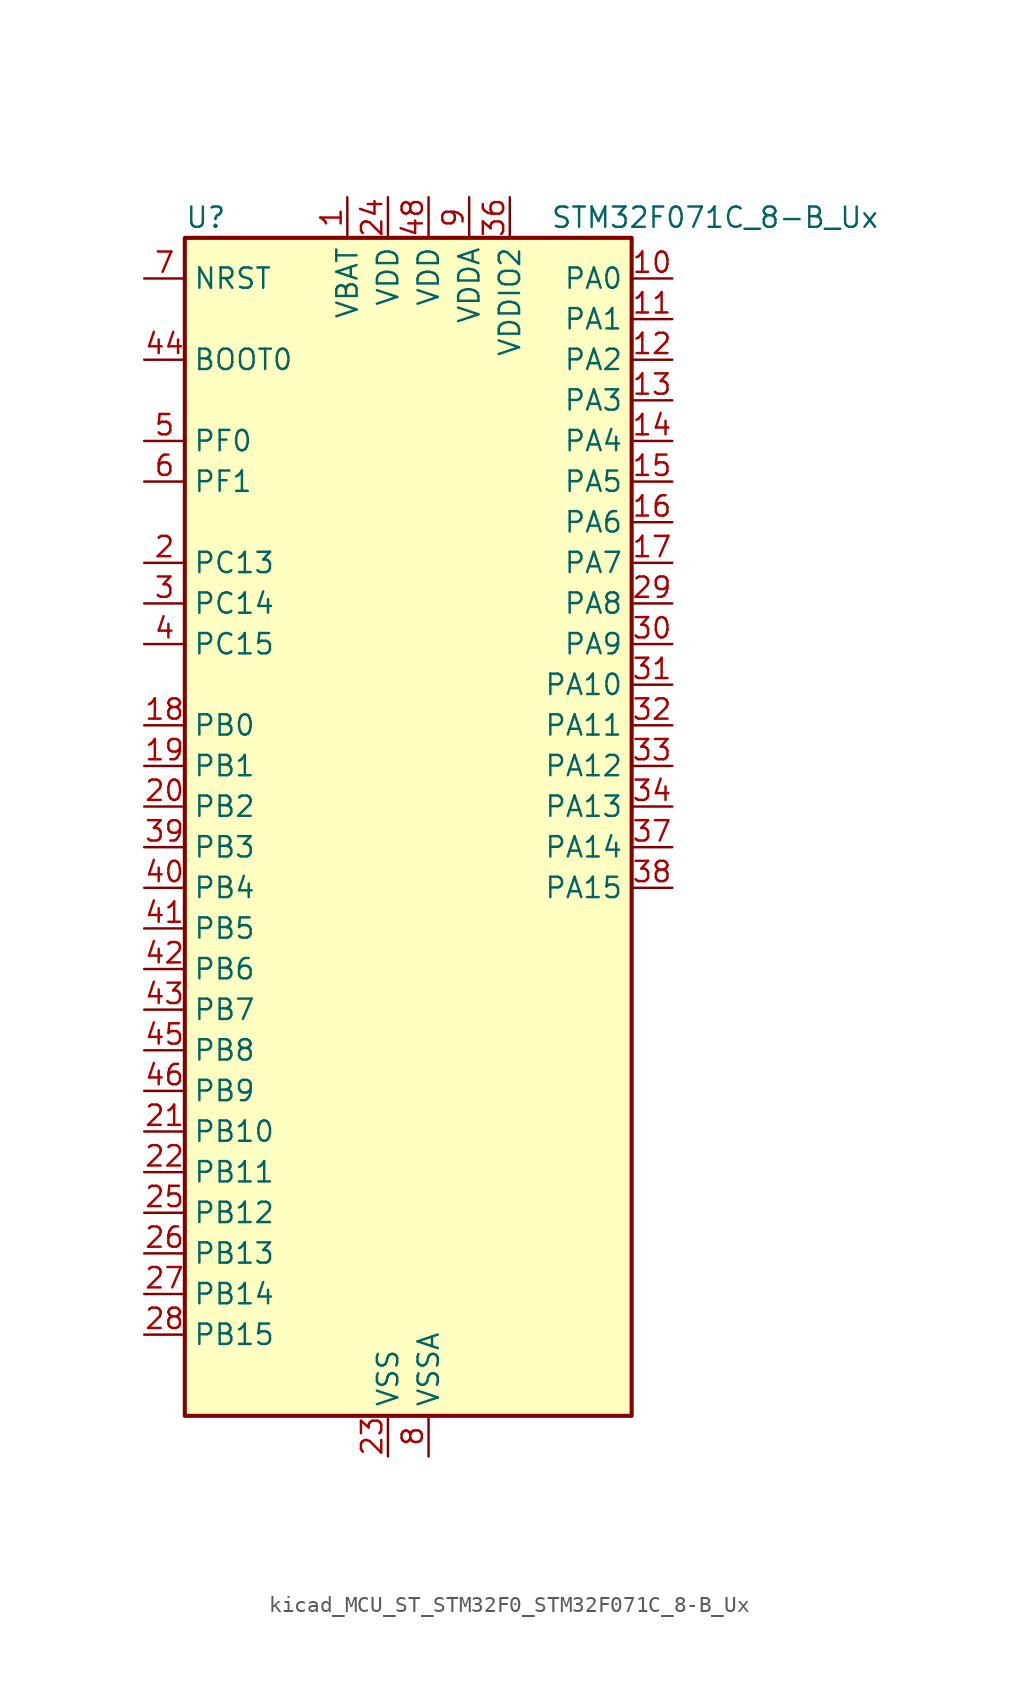
<source format=kicad_sym>
(kicad_symbol_lib
  (version 20220914)
  (generator kicad_symbol_editor)
  (symbol "kicad_MCU_ST_STM32F0_STM32F071C_8-B_Ux"
    (property "Reference" "U"
      (at -12.7 39.37 0)
      (effects (font (size 1.27 1.27)) (justify left)))
    (property "Value" "STM32F071C_8-B_Ux"
      (at 10.16 39.37 0)
      (effects (font (size 1.27 1.27)) (justify left)))
    (property "ki_locked" ""
      (at 0 0 0)
      (effects (font (size 1.27 1.27))))
    (symbol "kicad_MCU_ST_STM32F0_STM32F071C_8-B_Ux_0_1"
      (rectangle (start -12.7 -35.56) (end 15.24 38.1) (stroke (width 0.254) (type default)) (fill (type background))))
    (symbol "kicad_MCU_ST_STM32F0_STM32F071C_8-B_Ux_1_1"
      (pin power_in line (at -2.54 40.64 270) (length 2.54) (name "VBAT" (effects (font (size 1.27 1.27)))) (number "1" (effects (font (size 1.27 1.27)))))
      (pin bidirectional line (at 17.78 35.56 180) (length 2.54) (name "PA0" (effects (font (size 1.27 1.27)))) (number "10" (effects (font (size 1.27 1.27)))) (alternate "ADC_IN0" bidirectional line) (alternate "COMP1_INM" bidirectional line) (alternate "COMP1_OUT" bidirectional line) (alternate "RTC_TAMP2" bidirectional line) (alternate "SYS_WKUP1" bidirectional line) (alternate "TIM2_CH1" bidirectional line) (alternate "TIM2_ETR" bidirectional line) (alternate "TSC_G1_IO1" bidirectional line) (alternate "USART2_CTS" bidirectional line) (alternate "USART4_TX" bidirectional line))
      (pin bidirectional line (at 17.78 33.02 180) (length 2.54) (name "PA1" (effects (font (size 1.27 1.27)))) (number "11" (effects (font (size 1.27 1.27)))) (alternate "ADC_IN1" bidirectional line) (alternate "COMP1_INP" bidirectional line) (alternate "TIM15_CH1N" bidirectional line) (alternate "TIM2_CH2" bidirectional line) (alternate "TSC_G1_IO2" bidirectional line) (alternate "USART2_DE" bidirectional line) (alternate "USART2_RTS" bidirectional line) (alternate "USART4_RX" bidirectional line))
      (pin bidirectional line (at 17.78 30.48 180) (length 2.54) (name "PA2" (effects (font (size 1.27 1.27)))) (number "12" (effects (font (size 1.27 1.27)))) (alternate "ADC_IN2" bidirectional line) (alternate "COMP2_INM" bidirectional line) (alternate "COMP2_OUT" bidirectional line) (alternate "SYS_WKUP4" bidirectional line) (alternate "TIM15_CH1" bidirectional line) (alternate "TIM2_CH3" bidirectional line) (alternate "TSC_G1_IO3" bidirectional line) (alternate "USART2_TX" bidirectional line))
      (pin bidirectional line (at 17.78 27.94 180) (length 2.54) (name "PA3" (effects (font (size 1.27 1.27)))) (number "13" (effects (font (size 1.27 1.27)))) (alternate "ADC_IN3" bidirectional line) (alternate "COMP2_INP" bidirectional line) (alternate "TIM15_CH2" bidirectional line) (alternate "TIM2_CH4" bidirectional line) (alternate "TSC_G1_IO4" bidirectional line) (alternate "USART2_RX" bidirectional line))
      (pin bidirectional line (at 17.78 25.4 180) (length 2.54) (name "PA4" (effects (font (size 1.27 1.27)))) (number "14" (effects (font (size 1.27 1.27)))) (alternate "ADC_IN4" bidirectional line) (alternate "COMP1_INM" bidirectional line) (alternate "COMP2_INM" bidirectional line) (alternate "DAC_OUT1" bidirectional line) (alternate "I2S1_WS" bidirectional line) (alternate "SPI1_NSS" bidirectional line) (alternate "TIM14_CH1" bidirectional line) (alternate "TSC_G2_IO1" bidirectional line) (alternate "USART2_CK" bidirectional line))
      (pin bidirectional line (at 17.78 22.86 180) (length 2.54) (name "PA5" (effects (font (size 1.27 1.27)))) (number "15" (effects (font (size 1.27 1.27)))) (alternate "ADC_IN5" bidirectional line) (alternate "CEC" bidirectional line) (alternate "COMP1_INM" bidirectional line) (alternate "COMP2_INM" bidirectional line) (alternate "DAC_OUT2" bidirectional line) (alternate "I2S1_CK" bidirectional line) (alternate "SPI1_SCK" bidirectional line) (alternate "TIM2_CH1" bidirectional line) (alternate "TIM2_ETR" bidirectional line) (alternate "TSC_G2_IO2" bidirectional line))
      (pin bidirectional line (at 17.78 20.32 180) (length 2.54) (name "PA6" (effects (font (size 1.27 1.27)))) (number "16" (effects (font (size 1.27 1.27)))) (alternate "ADC_IN6" bidirectional line) (alternate "COMP1_OUT" bidirectional line) (alternate "I2S1_MCK" bidirectional line) (alternate "SPI1_MISO" bidirectional line) (alternate "TIM16_CH1" bidirectional line) (alternate "TIM1_BKIN" bidirectional line) (alternate "TIM3_CH1" bidirectional line) (alternate "TSC_G2_IO3" bidirectional line) (alternate "USART3_CTS" bidirectional line))
      (pin bidirectional line (at 17.78 17.78 180) (length 2.54) (name "PA7" (effects (font (size 1.27 1.27)))) (number "17" (effects (font (size 1.27 1.27)))) (alternate "ADC_IN7" bidirectional line) (alternate "COMP2_OUT" bidirectional line) (alternate "I2S1_SD" bidirectional line) (alternate "SPI1_MOSI" bidirectional line) (alternate "TIM14_CH1" bidirectional line) (alternate "TIM17_CH1" bidirectional line) (alternate "TIM1_CH1N" bidirectional line) (alternate "TIM3_CH2" bidirectional line) (alternate "TSC_G2_IO4" bidirectional line))
      (pin bidirectional line (at -15.24 7.62 0) (length 2.54) (name "PB0" (effects (font (size 1.27 1.27)))) (number "18" (effects (font (size 1.27 1.27)))) (alternate "ADC_IN8" bidirectional line) (alternate "TIM1_CH2N" bidirectional line) (alternate "TIM3_CH3" bidirectional line) (alternate "TSC_G3_IO2" bidirectional line) (alternate "USART3_CK" bidirectional line))
      (pin bidirectional line (at -15.24 5.08 0) (length 2.54) (name "PB1" (effects (font (size 1.27 1.27)))) (number "19" (effects (font (size 1.27 1.27)))) (alternate "ADC_IN9" bidirectional line) (alternate "TIM14_CH1" bidirectional line) (alternate "TIM1_CH3N" bidirectional line) (alternate "TIM3_CH4" bidirectional line) (alternate "TSC_G3_IO3" bidirectional line) (alternate "USART3_DE" bidirectional line) (alternate "USART3_RTS" bidirectional line))
      (pin bidirectional line (at -15.24 17.78 0) (length 2.54) (name "PC13" (effects (font (size 1.27 1.27)))) (number "2" (effects (font (size 1.27 1.27)))) (alternate "RTC_OUT_ALARM" bidirectional line) (alternate "RTC_OUT_CALIB" bidirectional line) (alternate "RTC_TAMP1" bidirectional line) (alternate "RTC_TS" bidirectional line) (alternate "SYS_WKUP2" bidirectional line))
      (pin bidirectional line (at -15.24 2.54 0) (length 2.54) (name "PB2" (effects (font (size 1.27 1.27)))) (number "20" (effects (font (size 1.27 1.27)))) (alternate "TSC_G3_IO4" bidirectional line))
      (pin bidirectional line (at -15.24 -17.78 0) (length 2.54) (name "PB10" (effects (font (size 1.27 1.27)))) (number "21" (effects (font (size 1.27 1.27)))) (alternate "CEC" bidirectional line) (alternate "I2C2_SCL" bidirectional line) (alternate "I2S2_CK" bidirectional line) (alternate "SPI2_SCK" bidirectional line) (alternate "TIM2_CH3" bidirectional line) (alternate "TSC_SYNC" bidirectional line) (alternate "USART3_TX" bidirectional line))
      (pin bidirectional line (at -15.24 -20.32 0) (length 2.54) (name "PB11" (effects (font (size 1.27 1.27)))) (number "22" (effects (font (size 1.27 1.27)))) (alternate "I2C2_SDA" bidirectional line) (alternate "TIM2_CH4" bidirectional line) (alternate "TSC_G6_IO1" bidirectional line) (alternate "USART3_RX" bidirectional line))
      (pin power_in line (at 0 -38.1 90) (length 2.54) (name "VSS" (effects (font (size 1.27 1.27)))) (number "23" (effects (font (size 1.27 1.27)))))
      (pin power_in line (at 0 40.64 270) (length 2.54) (name "VDD" (effects (font (size 1.27 1.27)))) (number "24" (effects (font (size 1.27 1.27)))))
      (pin bidirectional line (at -15.24 -22.86 0) (length 2.54) (name "PB12" (effects (font (size 1.27 1.27)))) (number "25" (effects (font (size 1.27 1.27)))) (alternate "I2S2_WS" bidirectional line) (alternate "SPI2_NSS" bidirectional line) (alternate "TIM15_BKIN" bidirectional line) (alternate "TIM1_BKIN" bidirectional line) (alternate "TSC_G6_IO2" bidirectional line) (alternate "USART3_CK" bidirectional line))
      (pin bidirectional line (at -15.24 -25.4 0) (length 2.54) (name "PB13" (effects (font (size 1.27 1.27)))) (number "26" (effects (font (size 1.27 1.27)))) (alternate "I2C2_SCL" bidirectional line) (alternate "I2S2_CK" bidirectional line) (alternate "SPI2_SCK" bidirectional line) (alternate "TIM1_CH1N" bidirectional line) (alternate "TSC_G6_IO3" bidirectional line) (alternate "USART3_CTS" bidirectional line))
      (pin bidirectional line (at -15.24 -27.94 0) (length 2.54) (name "PB14" (effects (font (size 1.27 1.27)))) (number "27" (effects (font (size 1.27 1.27)))) (alternate "I2C2_SDA" bidirectional line) (alternate "I2S2_MCK" bidirectional line) (alternate "SPI2_MISO" bidirectional line) (alternate "TIM15_CH1" bidirectional line) (alternate "TIM1_CH2N" bidirectional line) (alternate "TSC_G6_IO4" bidirectional line) (alternate "USART3_DE" bidirectional line) (alternate "USART3_RTS" bidirectional line))
      (pin bidirectional line (at -15.24 -30.48 0) (length 2.54) (name "PB15" (effects (font (size 1.27 1.27)))) (number "28" (effects (font (size 1.27 1.27)))) (alternate "I2S2_SD" bidirectional line) (alternate "RTC_REFIN" bidirectional line) (alternate "SPI2_MOSI" bidirectional line) (alternate "SYS_WKUP7" bidirectional line) (alternate "TIM15_CH1N" bidirectional line) (alternate "TIM15_CH2" bidirectional line) (alternate "TIM1_CH3N" bidirectional line))
      (pin bidirectional line (at 17.78 15.24 180) (length 2.54) (name "PA8" (effects (font (size 1.27 1.27)))) (number "29" (effects (font (size 1.27 1.27)))) (alternate "CRS_SYNC" bidirectional line) (alternate "RCC_MCO" bidirectional line) (alternate "TIM1_CH1" bidirectional line) (alternate "USART1_CK" bidirectional line))
      (pin bidirectional line (at -15.24 15.24 0) (length 2.54) (name "PC14" (effects (font (size 1.27 1.27)))) (number "3" (effects (font (size 1.27 1.27)))) (alternate "RCC_OSC32_IN" bidirectional line))
      (pin bidirectional line (at 17.78 12.7 180) (length 2.54) (name "PA9" (effects (font (size 1.27 1.27)))) (number "30" (effects (font (size 1.27 1.27)))) (alternate "DAC_EXTI9" bidirectional line) (alternate "TIM15_BKIN" bidirectional line) (alternate "TIM1_CH2" bidirectional line) (alternate "TSC_G4_IO1" bidirectional line) (alternate "USART1_TX" bidirectional line))
      (pin bidirectional line (at 17.78 10.16 180) (length 2.54) (name "PA10" (effects (font (size 1.27 1.27)))) (number "31" (effects (font (size 1.27 1.27)))) (alternate "TIM17_BKIN" bidirectional line) (alternate "TIM1_CH3" bidirectional line) (alternate "TSC_G4_IO2" bidirectional line) (alternate "USART1_RX" bidirectional line))
      (pin bidirectional line (at 17.78 7.62 180) (length 2.54) (name "PA11" (effects (font (size 1.27 1.27)))) (number "32" (effects (font (size 1.27 1.27)))) (alternate "COMP1_OUT" bidirectional line) (alternate "TIM1_CH4" bidirectional line) (alternate "TSC_G4_IO3" bidirectional line) (alternate "USART1_CTS" bidirectional line))
      (pin bidirectional line (at 17.78 5.08 180) (length 2.54) (name "PA12" (effects (font (size 1.27 1.27)))) (number "33" (effects (font (size 1.27 1.27)))) (alternate "COMP2_OUT" bidirectional line) (alternate "TIM1_ETR" bidirectional line) (alternate "TSC_G4_IO4" bidirectional line) (alternate "USART1_DE" bidirectional line) (alternate "USART1_RTS" bidirectional line))
      (pin bidirectional line (at 17.78 2.54 180) (length 2.54) (name "PA13" (effects (font (size 1.27 1.27)))) (number "34" (effects (font (size 1.27 1.27)))) (alternate "IR_OUT" bidirectional line) (alternate "SYS_SWDIO" bidirectional line))
      (pin passive line (at 0 -38.1 90) (length 2.54) hide (name "VSS" (effects (font (size 1.27 1.27)))) (number "35" (effects (font (size 1.27 1.27)))))
      (pin power_in line (at 7.62 40.64 270) (length 2.54) (name "VDDIO2" (effects (font (size 1.27 1.27)))) (number "36" (effects (font (size 1.27 1.27)))))
      (pin bidirectional line (at 17.78 0 180) (length 2.54) (name "PA14" (effects (font (size 1.27 1.27)))) (number "37" (effects (font (size 1.27 1.27)))) (alternate "SYS_SWCLK" bidirectional line) (alternate "USART2_TX" bidirectional line))
      (pin bidirectional line (at 17.78 -2.54 180) (length 2.54) (name "PA15" (effects (font (size 1.27 1.27)))) (number "38" (effects (font (size 1.27 1.27)))) (alternate "I2S1_WS" bidirectional line) (alternate "SPI1_NSS" bidirectional line) (alternate "TIM2_CH1" bidirectional line) (alternate "TIM2_ETR" bidirectional line) (alternate "USART2_RX" bidirectional line) (alternate "USART4_DE" bidirectional line) (alternate "USART4_RTS" bidirectional line))
      (pin bidirectional line (at -15.24 0 0) (length 2.54) (name "PB3" (effects (font (size 1.27 1.27)))) (number "39" (effects (font (size 1.27 1.27)))) (alternate "I2S1_CK" bidirectional line) (alternate "SPI1_SCK" bidirectional line) (alternate "TIM2_CH2" bidirectional line) (alternate "TSC_G5_IO1" bidirectional line))
      (pin bidirectional line (at -15.24 12.7 0) (length 2.54) (name "PC15" (effects (font (size 1.27 1.27)))) (number "4" (effects (font (size 1.27 1.27)))) (alternate "RCC_OSC32_OUT" bidirectional line))
      (pin bidirectional line (at -15.24 -2.54 0) (length 2.54) (name "PB4" (effects (font (size 1.27 1.27)))) (number "40" (effects (font (size 1.27 1.27)))) (alternate "I2S1_MCK" bidirectional line) (alternate "SPI1_MISO" bidirectional line) (alternate "TIM17_BKIN" bidirectional line) (alternate "TIM3_CH1" bidirectional line) (alternate "TSC_G5_IO2" bidirectional line))
      (pin bidirectional line (at -15.24 -5.08 0) (length 2.54) (name "PB5" (effects (font (size 1.27 1.27)))) (number "41" (effects (font (size 1.27 1.27)))) (alternate "I2C1_SMBA" bidirectional line) (alternate "I2S1_SD" bidirectional line) (alternate "SPI1_MOSI" bidirectional line) (alternate "SYS_WKUP6" bidirectional line) (alternate "TIM16_BKIN" bidirectional line) (alternate "TIM3_CH2" bidirectional line))
      (pin bidirectional line (at -15.24 -7.62 0) (length 2.54) (name "PB6" (effects (font (size 1.27 1.27)))) (number "42" (effects (font (size 1.27 1.27)))) (alternate "I2C1_SCL" bidirectional line) (alternate "TIM16_CH1N" bidirectional line) (alternate "TSC_G5_IO3" bidirectional line) (alternate "USART1_TX" bidirectional line))
      (pin bidirectional line (at -15.24 -10.16 0) (length 2.54) (name "PB7" (effects (font (size 1.27 1.27)))) (number "43" (effects (font (size 1.27 1.27)))) (alternate "I2C1_SDA" bidirectional line) (alternate "TIM17_CH1N" bidirectional line) (alternate "TSC_G5_IO4" bidirectional line) (alternate "USART1_RX" bidirectional line) (alternate "USART4_CTS" bidirectional line))
      (pin input line (at -15.24 30.48 0) (length 2.54) (name "BOOT0" (effects (font (size 1.27 1.27)))) (number "44" (effects (font (size 1.27 1.27)))))
      (pin bidirectional line (at -15.24 -12.7 0) (length 2.54) (name "PB8" (effects (font (size 1.27 1.27)))) (number "45" (effects (font (size 1.27 1.27)))) (alternate "CEC" bidirectional line) (alternate "I2C1_SCL" bidirectional line) (alternate "TIM16_CH1" bidirectional line) (alternate "TSC_SYNC" bidirectional line))
      (pin bidirectional line (at -15.24 -15.24 0) (length 2.54) (name "PB9" (effects (font (size 1.27 1.27)))) (number "46" (effects (font (size 1.27 1.27)))) (alternate "DAC_EXTI9" bidirectional line) (alternate "I2C1_SDA" bidirectional line) (alternate "I2S2_WS" bidirectional line) (alternate "IR_OUT" bidirectional line) (alternate "SPI2_NSS" bidirectional line) (alternate "TIM17_CH1" bidirectional line))
      (pin passive line (at 0 -38.1 90) (length 2.54) hide (name "VSS" (effects (font (size 1.27 1.27)))) (number "47" (effects (font (size 1.27 1.27)))))
      (pin power_in line (at 2.54 40.64 270) (length 2.54) (name "VDD" (effects (font (size 1.27 1.27)))) (number "48" (effects (font (size 1.27 1.27)))))
      (pin passive line (at 0 -38.1 90) (length 2.54) hide (name "VSS" (effects (font (size 1.27 1.27)))) (number "49" (effects (font (size 1.27 1.27)))))
      (pin bidirectional line (at -15.24 25.4 0) (length 2.54) (name "PF0" (effects (font (size 1.27 1.27)))) (number "5" (effects (font (size 1.27 1.27)))) (alternate "CRS_SYNC" bidirectional line) (alternate "RCC_OSC_IN" bidirectional line))
      (pin bidirectional line (at -15.24 22.86 0) (length 2.54) (name "PF1" (effects (font (size 1.27 1.27)))) (number "6" (effects (font (size 1.27 1.27)))) (alternate "RCC_OSC_OUT" bidirectional line))
      (pin input line (at -15.24 35.56 0) (length 2.54) (name "NRST" (effects (font (size 1.27 1.27)))) (number "7" (effects (font (size 1.27 1.27)))))
      (pin power_in line (at 2.54 -38.1 90) (length 2.54) (name "VSSA" (effects (font (size 1.27 1.27)))) (number "8" (effects (font (size 1.27 1.27)))))
      (pin power_in line (at 5.08 40.64 270) (length 2.54) (name "VDDA" (effects (font (size 1.27 1.27)))) (number "9" (effects (font (size 1.27 1.27))))))))
</source>
